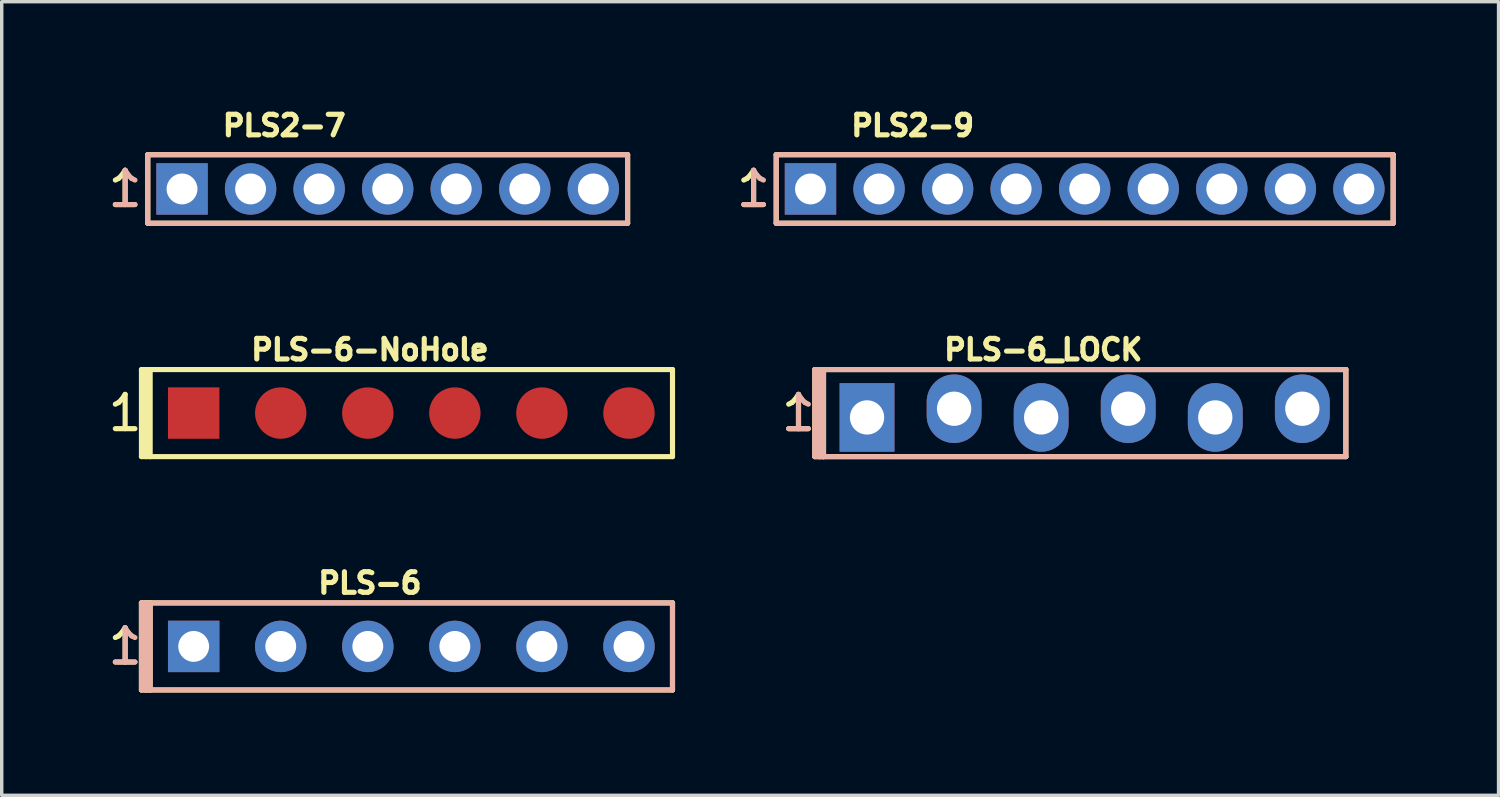
<source format=kicad_pcb>
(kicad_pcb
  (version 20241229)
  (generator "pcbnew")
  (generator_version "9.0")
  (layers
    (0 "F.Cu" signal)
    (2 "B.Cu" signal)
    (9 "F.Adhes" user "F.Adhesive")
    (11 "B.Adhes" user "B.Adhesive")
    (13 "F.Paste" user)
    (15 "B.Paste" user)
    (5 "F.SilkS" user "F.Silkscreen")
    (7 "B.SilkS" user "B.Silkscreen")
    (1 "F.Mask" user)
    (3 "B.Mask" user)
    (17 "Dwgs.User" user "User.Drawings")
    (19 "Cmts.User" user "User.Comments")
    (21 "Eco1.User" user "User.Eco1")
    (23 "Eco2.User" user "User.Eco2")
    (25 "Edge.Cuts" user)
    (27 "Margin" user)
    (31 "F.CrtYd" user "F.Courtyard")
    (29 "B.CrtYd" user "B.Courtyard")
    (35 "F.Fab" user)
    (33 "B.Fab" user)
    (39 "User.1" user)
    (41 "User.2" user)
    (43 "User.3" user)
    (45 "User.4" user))
  (footprint "PLS2-7"
    (layer "F.Cu")
    (at 8.261 2.463)
    (property "Reference" "PLS2-7" (at -3.019 -1.849 0) (layer "F.SilkS") (effects (font (size 0.6 0.6) (thickness 0.15))))
    (attr through_hole)
    (fp_line (start -7 -1) (end 7 -1) (stroke (width 0.15) (type solid)) (layer "F.SilkS"))
    (fp_line (start -7 1) (end -7 -1) (stroke (width 0.15) (type solid)) (layer "F.SilkS"))
    (fp_line (start 7 -1) (end 7 1) (stroke (width 0.15) (type solid)) (layer "F.SilkS"))
    (fp_line (start 7 1) (end -7 1) (stroke (width 0.15) (type solid)) (layer "F.SilkS"))
    (fp_line (start -7 -1) (end 7 -1) (stroke (width 0.15) (type solid)) (layer "B.SilkS"))
    (fp_line (start -7 1) (end -7 -1) (stroke (width 0.15) (type solid)) (layer "B.SilkS"))
    (fp_line (start 7 -1) (end 7 1) (stroke (width 0.15) (type solid)) (layer "B.SilkS"))
    (fp_line (start 7 1) (end -7 1) (stroke (width 0.15) (type solid)) (layer "B.SilkS"))
    (fp_text user "1" (at -7.66 0 0) (layer "F.SilkS") (effects (font (size 1 1) (thickness 0.15))))
    (fp_text user "1" (at -7.66 0 0) (layer "B.SilkS") (effects (font (size 1 1) (thickness 0.15)) (justify mirror)))
    (pad "1" thru_hole rect (at -6 0) (size 1.5 1.5) (drill 0.9) (layers "*.Cu" "*.Mask"))
    (pad "2" thru_hole circle (at -4 0) (size 1.5 1.5) (drill 0.9) (layers "*.Cu" "*.Mask"))
    (pad "3" thru_hole circle (at -2 0) (size 1.5 1.5) (drill 0.9) (layers "*.Cu" "*.Mask"))
    (pad "4" thru_hole circle (at 0 0) (size 1.5 1.5) (drill 0.9) (layers "*.Cu" "*.Mask"))
    (pad "5" thru_hole circle (at 2 0) (size 1.5 1.5) (drill 0.9) (layers "*.Cu" "*.Mask"))
    (pad "6" thru_hole circle (at 4 0) (size 1.5 1.5) (drill 0.9) (layers "*.Cu" "*.Mask"))
    (pad "7" thru_hole circle (at 6 0) (size 1.5 1.5) (drill 0.9) (layers "*.Cu" "*.Mask")))
  (footprint "PLS-6-NoHole"
    (layer "F.Cu")
    (at 2.601 9.002)
    (property "Reference" "PLS-6-NoHole" (at 5.141 -1.849 0) (layer "F.SilkS") (effects (font (size 0.6 0.6) (thickness 0.15))))
    (attr through_hole)
    (fp_line (start -1.524 -1.27) (end -1.27 -1.27) (stroke (width 0.15) (type solid)) (layer "F.SilkS"))
    (fp_line (start -1.524 1.27) (end -1.524 -1.27) (stroke (width 0.15) (type solid)) (layer "F.SilkS"))
    (fp_line (start -1.397 -1.27) (end -1.397 1.27) (stroke (width 0.15) (type solid)) (layer "F.SilkS"))
    (fp_line (start -1.27 -1.27) (end -1.397 -1.27) (stroke (width 0.15) (type solid)) (layer "F.SilkS"))
    (fp_line (start -1.27 1.27) (end -1.524 1.27) (stroke (width 0.15) (type solid)) (layer "F.SilkS"))
    (fp_line (start -1.27 1.27) (end -1.27 -1.27) (stroke (width 0.15) (type solid)) (layer "F.SilkS"))
    (fp_line (start -1.27 1.27) (end 13.97 1.27) (stroke (width 0.15) (type solid)) (layer "F.SilkS"))
    (fp_line (start 13.97 -1.27) (end -1.27 -1.27) (stroke (width 0.15) (type solid)) (layer "F.SilkS"))
    (fp_line (start 13.97 -1.27) (end 13.97 1.27) (stroke (width 0.15) (type solid)) (layer "F.SilkS"))
    (fp_text user "1" (at -2 0 0) (layer "F.SilkS") (effects (font (size 1 1) (thickness 0.15))))
    (pad "1" smd rect (at 0 0) (size 1.5 1.5) (layers "F.Cu" "F.Mask" "F.Paste"))
    (pad "2" smd circle (at 2.54 0) (size 1.5 1.5) (layers "F.Cu" "F.Mask" "F.Paste"))
    (pad "3" smd circle (at 5.08 0) (size 1.5 1.5) (layers "F.Cu" "F.Mask" "F.Paste"))
    (pad "4" smd circle (at 7.62 0) (size 1.5 1.5) (layers "F.Cu" "F.Mask" "F.Paste"))
    (pad "5" smd circle (at 10.16 0) (size 1.5 1.5) (layers "F.Cu" "F.Mask" "F.Paste"))
    (pad "6" smd circle (at 12.7 0) (size 1.5 1.5) (layers "F.Cu" "F.Mask" "F.Paste")))
  (footprint "PLS-6"
    (layer "F.Cu")
    (at 2.601 15.81)
    (property "Reference" "PLS-6" (at 5.141 -1.849 0) (layer "F.SilkS") (effects (font (size 0.6 0.6) (thickness 0.15))))
    (attr through_hole)
    (fp_line (start -1.524 -1.27) (end -1.27 -1.27) (stroke (width 0.15) (type solid)) (layer "F.SilkS"))
    (fp_line (start -1.524 1.27) (end -1.524 -1.27) (stroke (width 0.15) (type solid)) (layer "F.SilkS"))
    (fp_line (start -1.397 -1.27) (end -1.397 1.27) (stroke (width 0.15) (type solid)) (layer "F.SilkS"))
    (fp_line (start -1.27 -1.27) (end -1.397 -1.27) (stroke (width 0.15) (type solid)) (layer "F.SilkS"))
    (fp_line (start -1.27 1.27) (end -1.524 1.27) (stroke (width 0.15) (type solid)) (layer "F.SilkS"))
    (fp_line (start -1.27 1.27) (end -1.27 -1.27) (stroke (width 0.15) (type solid)) (layer "F.SilkS"))
    (fp_line (start -1.27 1.27) (end 13.97 1.27) (stroke (width 0.15) (type solid)) (layer "F.SilkS"))
    (fp_line (start 13.97 -1.27) (end -1.27 -1.27) (stroke (width 0.15) (type solid)) (layer "F.SilkS"))
    (fp_line (start 13.97 -1.27) (end 13.97 1.27) (stroke (width 0.15) (type solid)) (layer "F.SilkS"))
    (fp_line (start -1.524 -1.27) (end -1.397 -1.27) (stroke (width 0.15) (type solid)) (layer "B.SilkS"))
    (fp_line (start -1.524 -1.27) (end 13.97 -1.27) (stroke (width 0.15) (type solid)) (layer "B.SilkS"))
    (fp_line (start -1.524 1.27) (end -1.524 -1.27) (stroke (width 0.15) (type solid)) (layer "B.SilkS"))
    (fp_line (start -1.397 -1.27) (end -1.397 1.27) (stroke (width 0.15) (type solid)) (layer "B.SilkS"))
    (fp_line (start -1.397 1.27) (end -1.27 1.27) (stroke (width 0.15) (type solid)) (layer "B.SilkS"))
    (fp_line (start -1.27 1.27) (end -1.27 -1.27) (stroke (width 0.15) (type solid)) (layer "B.SilkS"))
    (fp_line (start 13.97 -1.27) (end 13.97 1.27) (stroke (width 0.15) (type solid)) (layer "B.SilkS"))
    (fp_line (start 13.97 1.27) (end -1.524 1.27) (stroke (width 0.15) (type solid)) (layer "B.SilkS"))
    (fp_text user "1" (at -2 0 0) (layer "F.SilkS") (effects (font (size 1 1) (thickness 0.15))))
    (fp_text user "1" (at -2 0 0) (layer "B.SilkS") (effects (font (size 1 1) (thickness 0.15)) (justify mirror)))
    (pad "1" thru_hole rect (at 0 0) (size 1.5 1.5) (drill 0.9) (layers "*.Cu" "*.Mask"))
    (pad "2" thru_hole circle (at 2.54 0) (size 1.5 1.5) (drill 0.9) (layers "*.Cu" "*.Mask"))
    (pad "3" thru_hole circle (at 5.08 0) (size 1.5 1.5) (drill 0.9) (layers "*.Cu" "*.Mask"))
    (pad "4" thru_hole circle (at 7.62 0) (size 1.5 1.5) (drill 0.9) (layers "*.Cu" "*.Mask"))
    (pad "5" thru_hole circle (at 10.16 0) (size 1.5 1.5) (drill 0.9) (layers "*.Cu" "*.Mask"))
    (pad "6" thru_hole circle (at 12.7 0) (size 1.5 1.5) (drill 0.9) (layers "*.Cu" "*.Mask")))
  (footprint "PLS2-9"
    (layer "F.Cu")
    (at 28.597 2.463)
    (property "Reference" "PLS2-9" (at -5.019 -1.849 0) (layer "F.SilkS") (effects (font (size 0.6 0.6) (thickness 0.15))))
    (attr through_hole)
    (fp_line (start -9 -1) (end 9 -1) (stroke (width 0.15) (type solid)) (layer "F.SilkS"))
    (fp_line (start -9 1) (end -9 -1) (stroke (width 0.15) (type solid)) (layer "F.SilkS"))
    (fp_line (start 9 -1) (end 9 1) (stroke (width 0.15) (type solid)) (layer "F.SilkS"))
    (fp_line (start 9 1) (end -9 1) (stroke (width 0.15) (type solid)) (layer "F.SilkS"))
    (fp_line (start -9 -1) (end 9 -1) (stroke (width 0.15) (type solid)) (layer "B.SilkS"))
    (fp_line (start -9 1) (end -9 -1) (stroke (width 0.15) (type solid)) (layer "B.SilkS"))
    (fp_line (start 9 -1) (end 9 1) (stroke (width 0.15) (type solid)) (layer "B.SilkS"))
    (fp_line (start 9 1) (end -9 1) (stroke (width 0.15) (type solid)) (layer "B.SilkS"))
    (fp_text user "1" (at -9.66 0 0) (layer "F.SilkS") (effects (font (size 1 1) (thickness 0.15))))
    (fp_text user "1" (at -9.66 0 0) (layer "B.SilkS") (effects (font (size 1 1) (thickness 0.15)) (justify mirror)))
    (pad "1" thru_hole rect (at -8 0) (size 1.5 1.5) (drill 0.9) (layers "*.Cu" "*.Mask"))
    (pad "2" thru_hole circle (at -6 0) (size 1.5 1.5) (drill 0.9) (layers "*.Cu" "*.Mask"))
    (pad "3" thru_hole circle (at -4 0) (size 1.5 1.5) (drill 0.9) (layers "*.Cu" "*.Mask"))
    (pad "4" thru_hole circle (at -2 0) (size 1.5 1.5) (drill 0.9) (layers "*.Cu" "*.Mask"))
    (pad "5" thru_hole circle (at 0 0) (size 1.5 1.5) (drill 0.9) (layers "*.Cu" "*.Mask"))
    (pad "6" thru_hole circle (at 2 0) (size 1.5 1.5) (drill 0.9) (layers "*.Cu" "*.Mask"))
    (pad "7" thru_hole circle (at 4 0) (size 1.5 1.5) (drill 0.9) (layers "*.Cu" "*.Mask"))
    (pad "8" thru_hole circle (at 6 0) (size 1.5 1.5) (drill 0.9) (layers "*.Cu" "*.Mask"))
    (pad "9" thru_hole circle (at 8 0) (size 1.5 1.5) (drill 0.9) (layers "*.Cu" "*.Mask")))
  (footprint "PLS-6_LOCK"
    (layer "F.Cu")
    (at 22.247 9.002)
    (property "Reference" "PLS-6_LOCK" (at 5.141 -1.849 0) (layer "F.SilkS") (effects (font (size 0.6 0.6) (thickness 0.15))))
    (attr through_hole)
    (fp_line (start -1.524 -1.27) (end -1.27 -1.27) (stroke (width 0.15) (type solid)) (layer "F.SilkS"))
    (fp_line (start -1.524 1.27) (end -1.524 -1.27) (stroke (width 0.15) (type solid)) (layer "F.SilkS"))
    (fp_line (start -1.397 -1.27) (end -1.397 1.27) (stroke (width 0.15) (type solid)) (layer "F.SilkS"))
    (fp_line (start -1.27 -1.27) (end -1.397 -1.27) (stroke (width 0.15) (type solid)) (layer "F.SilkS"))
    (fp_line (start -1.27 1.27) (end -1.524 1.27) (stroke (width 0.15) (type solid)) (layer "F.SilkS"))
    (fp_line (start -1.27 1.27) (end -1.27 -1.27) (stroke (width 0.15) (type solid)) (layer "F.SilkS"))
    (fp_line (start -1.27 1.27) (end 13.97 1.27) (stroke (width 0.15) (type solid)) (layer "F.SilkS"))
    (fp_line (start 13.97 -1.27) (end -1.27 -1.27) (stroke (width 0.15) (type solid)) (layer "F.SilkS"))
    (fp_line (start 13.97 -1.27) (end 13.97 1.27) (stroke (width 0.15) (type solid)) (layer "F.SilkS"))
    (fp_line (start -1.524 -1.27) (end -1.397 -1.27) (stroke (width 0.15) (type solid)) (layer "B.SilkS"))
    (fp_line (start -1.524 -1.27) (end 13.97 -1.27) (stroke (width 0.15) (type solid)) (layer "B.SilkS"))
    (fp_line (start -1.524 1.27) (end -1.524 -1.27) (stroke (width 0.15) (type solid)) (layer "B.SilkS"))
    (fp_line (start -1.397 -1.27) (end -1.397 1.27) (stroke (width 0.15) (type solid)) (layer "B.SilkS"))
    (fp_line (start -1.397 1.27) (end -1.27 1.27) (stroke (width 0.15) (type solid)) (layer "B.SilkS"))
    (fp_line (start -1.27 1.27) (end -1.27 -1.27) (stroke (width 0.15) (type solid)) (layer "B.SilkS"))
    (fp_line (start 13.97 -1.27) (end 13.97 1.27) (stroke (width 0.15) (type solid)) (layer "B.SilkS"))
    (fp_line (start 13.97 1.27) (end -1.524 1.27) (stroke (width 0.15) (type solid)) (layer "B.SilkS"))
    (fp_text user "1" (at -2 0 0) (layer "F.SilkS") (effects (font (size 1 1) (thickness 0.15))))
    (fp_text user "1" (at -2 0 0) (layer "B.SilkS") (effects (font (size 1 1) (thickness 0.15)) (justify mirror)))
    (pad "1" thru_hole rect (at 0 0.127) (size 1.6 2) (drill 1) (layers "*.Cu" "*.Mask"))
    (pad "2" thru_hole oval (at 2.54 -0.127) (size 1.6 2) (drill 1) (layers "*.Cu" "*.Mask"))
    (pad "3" thru_hole oval (at 5.08 0.127) (size 1.6 2) (drill 1) (layers "*.Cu" "*.Mask"))
    (pad "4" thru_hole oval (at 7.62 -0.127) (size 1.6 2) (drill 1) (layers "*.Cu" "*.Mask"))
    (pad "5" thru_hole oval (at 10.16 0.127) (size 1.6 2) (drill 1) (layers "*.Cu" "*.Mask"))
    (pad "6" thru_hole oval (at 12.7 -0.127) (size 1.6 2) (drill 1) (layers "*.Cu" "*.Mask")))
  (gr_rect
    (start -3 -3)
    (end 40.672 20.155)
    (stroke (width 0.1) (type default))
    (fill no)
    (layer "Edge.Cuts")))
</source>
